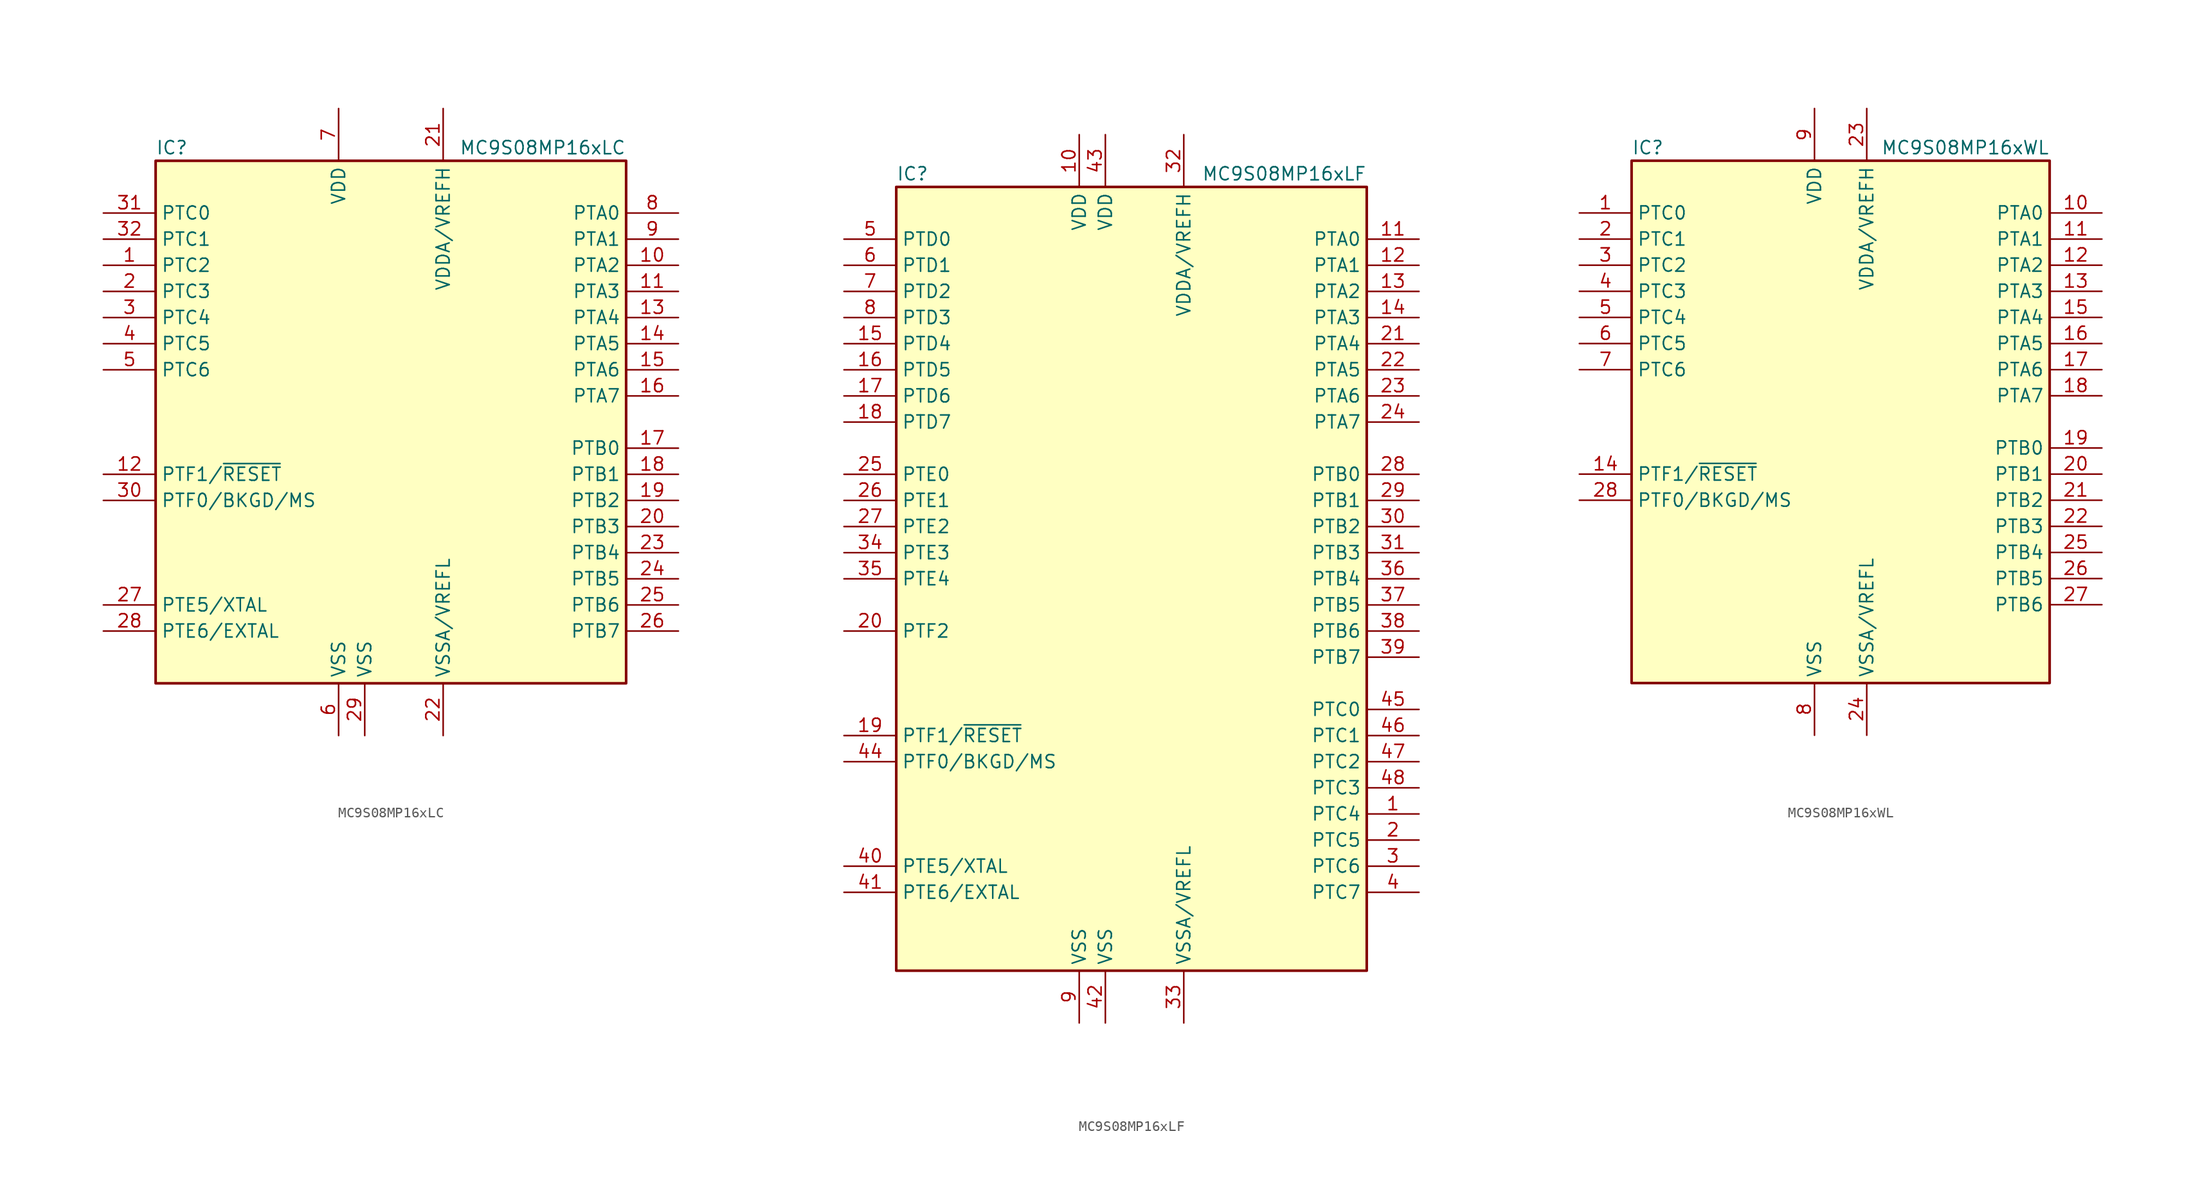
<source format=kicad_sym>
(kicad_symbol_lib
  (version 20201005)
  (generator kicad_symbol_editor)
  (symbol "MCU_NXP_S08:MC9S08MP16xLC"
    (property "Reference" "IC"
      (at -22.86 26.67 0)
      (effects (font (size 1.27 1.27)) (justify left)))
    (property "Value" "MC9S08MP16xLC"
      (at 22.86 26.67 0)
      (effects (font (size 1.27 1.27)) (justify right)))
    (symbol "MC9S08MP16xLC_0_1"
      (rectangle (start -22.86 25.4) (end 22.86 -25.4) (stroke (width 0.254)) (fill (type background))))
    (symbol "MC9S08MP16xLC_1_1"
      (pin bidirectional line (at -27.94 15.24 0) (length 5.08) (name "PTC2" (effects (font (size 1.27 1.27)))) (number "1" (effects (font (size 1.27 1.27)))))
      (pin bidirectional line (at 27.94 15.24 180) (length 5.08) (name "PTA2" (effects (font (size 1.27 1.27)))) (number "10" (effects (font (size 1.27 1.27)))))
      (pin bidirectional line (at 27.94 12.7 180) (length 5.08) (name "PTA3" (effects (font (size 1.27 1.27)))) (number "11" (effects (font (size 1.27 1.27)))))
      (pin bidirectional line (at -27.94 -5.08 0) (length 5.08) (name "PTF1/~RESET" (effects (font (size 1.27 1.27)))) (number "12" (effects (font (size 1.27 1.27)))))
      (pin bidirectional line (at 27.94 10.16 180) (length 5.08) (name "PTA4" (effects (font (size 1.27 1.27)))) (number "13" (effects (font (size 1.27 1.27)))))
      (pin bidirectional line (at 27.94 7.62 180) (length 5.08) (name "PTA5" (effects (font (size 1.27 1.27)))) (number "14" (effects (font (size 1.27 1.27)))))
      (pin bidirectional line (at 27.94 5.08 180) (length 5.08) (name "PTA6" (effects (font (size 1.27 1.27)))) (number "15" (effects (font (size 1.27 1.27)))))
      (pin bidirectional line (at 27.94 2.54 180) (length 5.08) (name "PTA7" (effects (font (size 1.27 1.27)))) (number "16" (effects (font (size 1.27 1.27)))))
      (pin bidirectional line (at 27.94 -2.54 180) (length 5.08) (name "PTB0" (effects (font (size 1.27 1.27)))) (number "17" (effects (font (size 1.27 1.27)))))
      (pin bidirectional line (at 27.94 -5.08 180) (length 5.08) (name "PTB1" (effects (font (size 1.27 1.27)))) (number "18" (effects (font (size 1.27 1.27)))))
      (pin bidirectional line (at 27.94 -7.62 180) (length 5.08) (name "PTB2" (effects (font (size 1.27 1.27)))) (number "19" (effects (font (size 1.27 1.27)))))
      (pin bidirectional line (at -27.94 12.7 0) (length 5.08) (name "PTC3" (effects (font (size 1.27 1.27)))) (number "2" (effects (font (size 1.27 1.27)))))
      (pin bidirectional line (at 27.94 -10.16 180) (length 5.08) (name "PTB3" (effects (font (size 1.27 1.27)))) (number "20" (effects (font (size 1.27 1.27)))))
      (pin power_in line (at 5.08 30.48 270) (length 5.08) (name "VDDA/VREFH" (effects (font (size 1.27 1.27)))) (number "21" (effects (font (size 1.27 1.27)))))
      (pin power_in line (at 5.08 -30.48 90) (length 5.08) (name "VSSA/VREFL" (effects (font (size 1.27 1.27)))) (number "22" (effects (font (size 1.27 1.27)))))
      (pin bidirectional line (at 27.94 -12.7 180) (length 5.08) (name "PTB4" (effects (font (size 1.27 1.27)))) (number "23" (effects (font (size 1.27 1.27)))))
      (pin bidirectional line (at 27.94 -15.24 180) (length 5.08) (name "PTB5" (effects (font (size 1.27 1.27)))) (number "24" (effects (font (size 1.27 1.27)))))
      (pin bidirectional line (at 27.94 -17.78 180) (length 5.08) (name "PTB6" (effects (font (size 1.27 1.27)))) (number "25" (effects (font (size 1.27 1.27)))))
      (pin bidirectional line (at 27.94 -20.32 180) (length 5.08) (name "PTB7" (effects (font (size 1.27 1.27)))) (number "26" (effects (font (size 1.27 1.27)))))
      (pin bidirectional line (at -27.94 -17.78 0) (length 5.08) (name "PTE5/XTAL" (effects (font (size 1.27 1.27)))) (number "27" (effects (font (size 1.27 1.27)))))
      (pin bidirectional line (at -27.94 -20.32 0) (length 5.08) (name "PTE6/EXTAL" (effects (font (size 1.27 1.27)))) (number "28" (effects (font (size 1.27 1.27)))))
      (pin power_in line (at -2.54 -30.48 90) (length 5.08) (name "VSS" (effects (font (size 1.27 1.27)))) (number "29" (effects (font (size 1.27 1.27)))))
      (pin bidirectional line (at -27.94 10.16 0) (length 5.08) (name "PTC4" (effects (font (size 1.27 1.27)))) (number "3" (effects (font (size 1.27 1.27)))))
      (pin bidirectional line (at -27.94 -7.62 0) (length 5.08) (name "PTF0/BKGD/MS" (effects (font (size 1.27 1.27)))) (number "30" (effects (font (size 1.27 1.27)))))
      (pin bidirectional line (at -27.94 20.32 0) (length 5.08) (name "PTC0" (effects (font (size 1.27 1.27)))) (number "31" (effects (font (size 1.27 1.27)))))
      (pin bidirectional line (at -27.94 17.78 0) (length 5.08) (name "PTC1" (effects (font (size 1.27 1.27)))) (number "32" (effects (font (size 1.27 1.27)))))
      (pin bidirectional line (at -27.94 7.62 0) (length 5.08) (name "PTC5" (effects (font (size 1.27 1.27)))) (number "4" (effects (font (size 1.27 1.27)))))
      (pin bidirectional line (at -27.94 5.08 0) (length 5.08) (name "PTC6" (effects (font (size 1.27 1.27)))) (number "5" (effects (font (size 1.27 1.27)))))
      (pin power_in line (at -5.08 -30.48 90) (length 5.08) (name "VSS" (effects (font (size 1.27 1.27)))) (number "6" (effects (font (size 1.27 1.27)))))
      (pin power_in line (at -5.08 30.48 270) (length 5.08) (name "VDD" (effects (font (size 1.27 1.27)))) (number "7" (effects (font (size 1.27 1.27)))))
      (pin bidirectional line (at 27.94 20.32 180) (length 5.08) (name "PTA0" (effects (font (size 1.27 1.27)))) (number "8" (effects (font (size 1.27 1.27)))))
      (pin bidirectional line (at 27.94 17.78 180) (length 5.08) (name "PTA1" (effects (font (size 1.27 1.27)))) (number "9" (effects (font (size 1.27 1.27)))))))
  (symbol "MCU_NXP_S08:MC9S08MP16xLF"
    (property "Reference" "IC"
      (at -22.86 39.37 0)
      (effects (font (size 1.27 1.27)) (justify left)))
    (property "Value" "MC9S08MP16xLF"
      (at 22.86 39.37 0)
      (effects (font (size 1.27 1.27)) (justify right)))
    (symbol "MC9S08MP16xLF_0_1"
      (rectangle (start -22.86 38.1) (end 22.86 -38.1) (stroke (width 0.254)) (fill (type background))))
    (symbol "MC9S08MP16xLF_1_1"
      (pin bidirectional line (at 27.94 -22.86 180) (length 5.08) (name "PTC4" (effects (font (size 1.27 1.27)))) (number "1" (effects (font (size 1.27 1.27)))))
      (pin power_in line (at -5.08 43.18 270) (length 5.08) (name "VDD" (effects (font (size 1.27 1.27)))) (number "10" (effects (font (size 1.27 1.27)))))
      (pin bidirectional line (at 27.94 33.02 180) (length 5.08) (name "PTA0" (effects (font (size 1.27 1.27)))) (number "11" (effects (font (size 1.27 1.27)))))
      (pin bidirectional line (at 27.94 30.48 180) (length 5.08) (name "PTA1" (effects (font (size 1.27 1.27)))) (number "12" (effects (font (size 1.27 1.27)))))
      (pin bidirectional line (at 27.94 27.94 180) (length 5.08) (name "PTA2" (effects (font (size 1.27 1.27)))) (number "13" (effects (font (size 1.27 1.27)))))
      (pin bidirectional line (at 27.94 25.4 180) (length 5.08) (name "PTA3" (effects (font (size 1.27 1.27)))) (number "14" (effects (font (size 1.27 1.27)))))
      (pin bidirectional line (at -27.94 22.86 0) (length 5.08) (name "PTD4" (effects (font (size 1.27 1.27)))) (number "15" (effects (font (size 1.27 1.27)))))
      (pin bidirectional line (at -27.94 20.32 0) (length 5.08) (name "PTD5" (effects (font (size 1.27 1.27)))) (number "16" (effects (font (size 1.27 1.27)))))
      (pin bidirectional line (at -27.94 17.78 0) (length 5.08) (name "PTD6" (effects (font (size 1.27 1.27)))) (number "17" (effects (font (size 1.27 1.27)))))
      (pin bidirectional line (at -27.94 15.24 0) (length 5.08) (name "PTD7" (effects (font (size 1.27 1.27)))) (number "18" (effects (font (size 1.27 1.27)))))
      (pin bidirectional line (at -27.94 -15.24 0) (length 5.08) (name "PTF1/~RESET" (effects (font (size 1.27 1.27)))) (number "19" (effects (font (size 1.27 1.27)))))
      (pin bidirectional line (at 27.94 -25.4 180) (length 5.08) (name "PTC5" (effects (font (size 1.27 1.27)))) (number "2" (effects (font (size 1.27 1.27)))))
      (pin bidirectional line (at -27.94 -5.08 0) (length 5.08) (name "PTF2" (effects (font (size 1.27 1.27)))) (number "20" (effects (font (size 1.27 1.27)))))
      (pin bidirectional line (at 27.94 22.86 180) (length 5.08) (name "PTA4" (effects (font (size 1.27 1.27)))) (number "21" (effects (font (size 1.27 1.27)))))
      (pin bidirectional line (at 27.94 20.32 180) (length 5.08) (name "PTA5" (effects (font (size 1.27 1.27)))) (number "22" (effects (font (size 1.27 1.27)))))
      (pin bidirectional line (at 27.94 17.78 180) (length 5.08) (name "PTA6" (effects (font (size 1.27 1.27)))) (number "23" (effects (font (size 1.27 1.27)))))
      (pin bidirectional line (at 27.94 15.24 180) (length 5.08) (name "PTA7" (effects (font (size 1.27 1.27)))) (number "24" (effects (font (size 1.27 1.27)))))
      (pin bidirectional line (at -27.94 10.16 0) (length 5.08) (name "PTE0" (effects (font (size 1.27 1.27)))) (number "25" (effects (font (size 1.27 1.27)))))
      (pin bidirectional line (at -27.94 7.62 0) (length 5.08) (name "PTE1" (effects (font (size 1.27 1.27)))) (number "26" (effects (font (size 1.27 1.27)))))
      (pin bidirectional line (at -27.94 5.08 0) (length 5.08) (name "PTE2" (effects (font (size 1.27 1.27)))) (number "27" (effects (font (size 1.27 1.27)))))
      (pin bidirectional line (at 27.94 10.16 180) (length 5.08) (name "PTB0" (effects (font (size 1.27 1.27)))) (number "28" (effects (font (size 1.27 1.27)))))
      (pin bidirectional line (at 27.94 7.62 180) (length 5.08) (name "PTB1" (effects (font (size 1.27 1.27)))) (number "29" (effects (font (size 1.27 1.27)))))
      (pin bidirectional line (at 27.94 -27.94 180) (length 5.08) (name "PTC6" (effects (font (size 1.27 1.27)))) (number "3" (effects (font (size 1.27 1.27)))))
      (pin bidirectional line (at 27.94 5.08 180) (length 5.08) (name "PTB2" (effects (font (size 1.27 1.27)))) (number "30" (effects (font (size 1.27 1.27)))))
      (pin bidirectional line (at 27.94 2.54 180) (length 5.08) (name "PTB3" (effects (font (size 1.27 1.27)))) (number "31" (effects (font (size 1.27 1.27)))))
      (pin power_in line (at 5.08 43.18 270) (length 5.08) (name "VDDA/VREFH" (effects (font (size 1.27 1.27)))) (number "32" (effects (font (size 1.27 1.27)))))
      (pin power_in line (at 5.08 -43.18 90) (length 5.08) (name "VSSA/VREFL" (effects (font (size 1.27 1.27)))) (number "33" (effects (font (size 1.27 1.27)))))
      (pin bidirectional line (at -27.94 2.54 0) (length 5.08) (name "PTE3" (effects (font (size 1.27 1.27)))) (number "34" (effects (font (size 1.27 1.27)))))
      (pin bidirectional line (at -27.94 0 0) (length 5.08) (name "PTE4" (effects (font (size 1.27 1.27)))) (number "35" (effects (font (size 1.27 1.27)))))
      (pin bidirectional line (at 27.94 0 180) (length 5.08) (name "PTB4" (effects (font (size 1.27 1.27)))) (number "36" (effects (font (size 1.27 1.27)))))
      (pin bidirectional line (at 27.94 -2.54 180) (length 5.08) (name "PTB5" (effects (font (size 1.27 1.27)))) (number "37" (effects (font (size 1.27 1.27)))))
      (pin bidirectional line (at 27.94 -5.08 180) (length 5.08) (name "PTB6" (effects (font (size 1.27 1.27)))) (number "38" (effects (font (size 1.27 1.27)))))
      (pin bidirectional line (at 27.94 -7.62 180) (length 5.08) (name "PTB7" (effects (font (size 1.27 1.27)))) (number "39" (effects (font (size 1.27 1.27)))))
      (pin bidirectional line (at 27.94 -30.48 180) (length 5.08) (name "PTC7" (effects (font (size 1.27 1.27)))) (number "4" (effects (font (size 1.27 1.27)))))
      (pin bidirectional line (at -27.94 -27.94 0) (length 5.08) (name "PTE5/XTAL" (effects (font (size 1.27 1.27)))) (number "40" (effects (font (size 1.27 1.27)))))
      (pin bidirectional line (at -27.94 -30.48 0) (length 5.08) (name "PTE6/EXTAL" (effects (font (size 1.27 1.27)))) (number "41" (effects (font (size 1.27 1.27)))))
      (pin power_in line (at -2.54 -43.18 90) (length 5.08) (name "VSS" (effects (font (size 1.27 1.27)))) (number "42" (effects (font (size 1.27 1.27)))))
      (pin power_in line (at -2.54 43.18 270) (length 5.08) (name "VDD" (effects (font (size 1.27 1.27)))) (number "43" (effects (font (size 1.27 1.27)))))
      (pin bidirectional line (at -27.94 -17.78 0) (length 5.08) (name "PTF0/BKGD/MS" (effects (font (size 1.27 1.27)))) (number "44" (effects (font (size 1.27 1.27)))))
      (pin bidirectional line (at 27.94 -12.7 180) (length 5.08) (name "PTC0" (effects (font (size 1.27 1.27)))) (number "45" (effects (font (size 1.27 1.27)))))
      (pin bidirectional line (at 27.94 -15.24 180) (length 5.08) (name "PTC1" (effects (font (size 1.27 1.27)))) (number "46" (effects (font (size 1.27 1.27)))))
      (pin bidirectional line (at 27.94 -17.78 180) (length 5.08) (name "PTC2" (effects (font (size 1.27 1.27)))) (number "47" (effects (font (size 1.27 1.27)))))
      (pin bidirectional line (at 27.94 -20.32 180) (length 5.08) (name "PTC3" (effects (font (size 1.27 1.27)))) (number "48" (effects (font (size 1.27 1.27)))))
      (pin bidirectional line (at -27.94 33.02 0) (length 5.08) (name "PTD0" (effects (font (size 1.27 1.27)))) (number "5" (effects (font (size 1.27 1.27)))))
      (pin bidirectional line (at -27.94 30.48 0) (length 5.08) (name "PTD1" (effects (font (size 1.27 1.27)))) (number "6" (effects (font (size 1.27 1.27)))))
      (pin bidirectional line (at -27.94 27.94 0) (length 5.08) (name "PTD2" (effects (font (size 1.27 1.27)))) (number "7" (effects (font (size 1.27 1.27)))))
      (pin bidirectional line (at -27.94 25.4 0) (length 5.08) (name "PTD3" (effects (font (size 1.27 1.27)))) (number "8" (effects (font (size 1.27 1.27)))))
      (pin power_in line (at -5.08 -43.18 90) (length 5.08) (name "VSS" (effects (font (size 1.27 1.27)))) (number "9" (effects (font (size 1.27 1.27)))))))
  (symbol "MCU_NXP_S08:MC9S08MP16xWL"
    (property "Reference" "IC"
      (at -20.32 26.67 0)
      (effects (font (size 1.27 1.27)) (justify left)))
    (property "Value" "MC9S08MP16xWL"
      (at 20.32 26.67 0)
      (effects (font (size 1.27 1.27)) (justify right)))
    (symbol "MC9S08MP16xWL_0_1"
      (rectangle (start -20.32 25.4) (end 20.32 -25.4) (stroke (width 0.254)) (fill (type background))))
    (symbol "MC9S08MP16xWL_1_1"
      (pin bidirectional line (at -25.4 20.32 0) (length 5.08) (name "PTC0" (effects (font (size 1.27 1.27)))) (number "1" (effects (font (size 1.27 1.27)))))
      (pin bidirectional line (at 25.4 20.32 180) (length 5.08) (name "PTA0" (effects (font (size 1.27 1.27)))) (number "10" (effects (font (size 1.27 1.27)))))
      (pin bidirectional line (at 25.4 17.78 180) (length 5.08) (name "PTA1" (effects (font (size 1.27 1.27)))) (number "11" (effects (font (size 1.27 1.27)))))
      (pin bidirectional line (at 25.4 15.24 180) (length 5.08) (name "PTA2" (effects (font (size 1.27 1.27)))) (number "12" (effects (font (size 1.27 1.27)))))
      (pin bidirectional line (at 25.4 12.7 180) (length 5.08) (name "PTA3" (effects (font (size 1.27 1.27)))) (number "13" (effects (font (size 1.27 1.27)))))
      (pin bidirectional line (at -25.4 -5.08 0) (length 5.08) (name "PTF1/~RESET" (effects (font (size 1.27 1.27)))) (number "14" (effects (font (size 1.27 1.27)))))
      (pin bidirectional line (at 25.4 10.16 180) (length 5.08) (name "PTA4" (effects (font (size 1.27 1.27)))) (number "15" (effects (font (size 1.27 1.27)))))
      (pin bidirectional line (at 25.4 7.62 180) (length 5.08) (name "PTA5" (effects (font (size 1.27 1.27)))) (number "16" (effects (font (size 1.27 1.27)))))
      (pin bidirectional line (at 25.4 5.08 180) (length 5.08) (name "PTA6" (effects (font (size 1.27 1.27)))) (number "17" (effects (font (size 1.27 1.27)))))
      (pin bidirectional line (at 25.4 2.54 180) (length 5.08) (name "PTA7" (effects (font (size 1.27 1.27)))) (number "18" (effects (font (size 1.27 1.27)))))
      (pin bidirectional line (at 25.4 -2.54 180) (length 5.08) (name "PTB0" (effects (font (size 1.27 1.27)))) (number "19" (effects (font (size 1.27 1.27)))))
      (pin bidirectional line (at -25.4 17.78 0) (length 5.08) (name "PTC1" (effects (font (size 1.27 1.27)))) (number "2" (effects (font (size 1.27 1.27)))))
      (pin bidirectional line (at 25.4 -5.08 180) (length 5.08) (name "PTB1" (effects (font (size 1.27 1.27)))) (number "20" (effects (font (size 1.27 1.27)))))
      (pin bidirectional line (at 25.4 -7.62 180) (length 5.08) (name "PTB2" (effects (font (size 1.27 1.27)))) (number "21" (effects (font (size 1.27 1.27)))))
      (pin bidirectional line (at 25.4 -10.16 180) (length 5.08) (name "PTB3" (effects (font (size 1.27 1.27)))) (number "22" (effects (font (size 1.27 1.27)))))
      (pin power_in line (at 2.54 30.48 270) (length 5.08) (name "VDDA/VREFH" (effects (font (size 1.27 1.27)))) (number "23" (effects (font (size 1.27 1.27)))))
      (pin power_in line (at 2.54 -30.48 90) (length 5.08) (name "VSSA/VREFL" (effects (font (size 1.27 1.27)))) (number "24" (effects (font (size 1.27 1.27)))))
      (pin bidirectional line (at 25.4 -12.7 180) (length 5.08) (name "PTB4" (effects (font (size 1.27 1.27)))) (number "25" (effects (font (size 1.27 1.27)))))
      (pin bidirectional line (at 25.4 -15.24 180) (length 5.08) (name "PTB5" (effects (font (size 1.27 1.27)))) (number "26" (effects (font (size 1.27 1.27)))))
      (pin bidirectional line (at 25.4 -17.78 180) (length 5.08) (name "PTB6" (effects (font (size 1.27 1.27)))) (number "27" (effects (font (size 1.27 1.27)))))
      (pin bidirectional line (at -25.4 -7.62 0) (length 5.08) (name "PTF0/BKGD/MS" (effects (font (size 1.27 1.27)))) (number "28" (effects (font (size 1.27 1.27)))))
      (pin bidirectional line (at -25.4 15.24 0) (length 5.08) (name "PTC2" (effects (font (size 1.27 1.27)))) (number "3" (effects (font (size 1.27 1.27)))))
      (pin bidirectional line (at -25.4 12.7 0) (length 5.08) (name "PTC3" (effects (font (size 1.27 1.27)))) (number "4" (effects (font (size 1.27 1.27)))))
      (pin bidirectional line (at -25.4 10.16 0) (length 5.08) (name "PTC4" (effects (font (size 1.27 1.27)))) (number "5" (effects (font (size 1.27 1.27)))))
      (pin bidirectional line (at -25.4 7.62 0) (length 5.08) (name "PTC5" (effects (font (size 1.27 1.27)))) (number "6" (effects (font (size 1.27 1.27)))))
      (pin bidirectional line (at -25.4 5.08 0) (length 5.08) (name "PTC6" (effects (font (size 1.27 1.27)))) (number "7" (effects (font (size 1.27 1.27)))))
      (pin power_in line (at -2.54 -30.48 90) (length 5.08) (name "VSS" (effects (font (size 1.27 1.27)))) (number "8" (effects (font (size 1.27 1.27)))))
      (pin power_in line (at -2.54 30.48 270) (length 5.08) (name "VDD" (effects (font (size 1.27 1.27)))) (number "9" (effects (font (size 1.27 1.27))))))))
</source>
